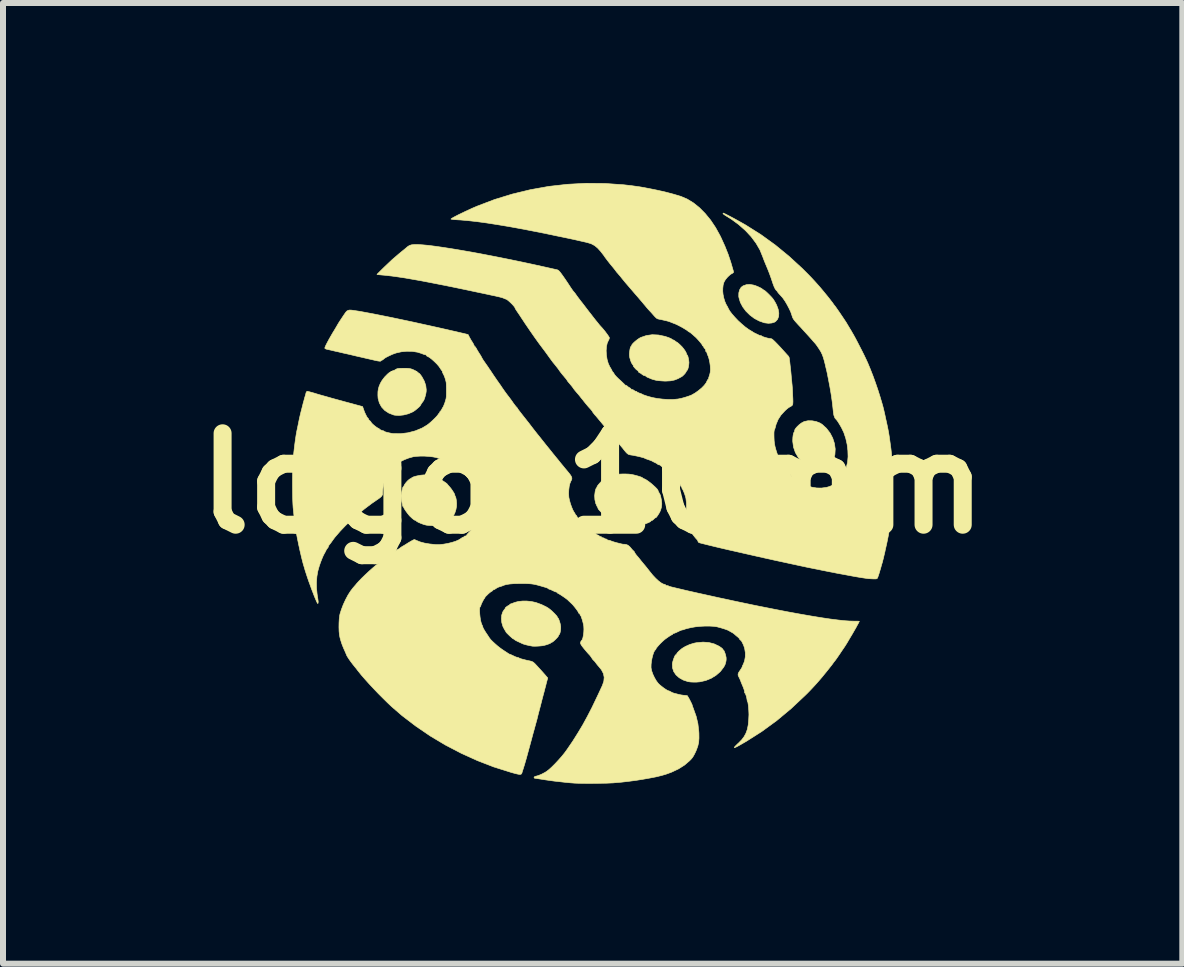
<source format=kicad_pcb>
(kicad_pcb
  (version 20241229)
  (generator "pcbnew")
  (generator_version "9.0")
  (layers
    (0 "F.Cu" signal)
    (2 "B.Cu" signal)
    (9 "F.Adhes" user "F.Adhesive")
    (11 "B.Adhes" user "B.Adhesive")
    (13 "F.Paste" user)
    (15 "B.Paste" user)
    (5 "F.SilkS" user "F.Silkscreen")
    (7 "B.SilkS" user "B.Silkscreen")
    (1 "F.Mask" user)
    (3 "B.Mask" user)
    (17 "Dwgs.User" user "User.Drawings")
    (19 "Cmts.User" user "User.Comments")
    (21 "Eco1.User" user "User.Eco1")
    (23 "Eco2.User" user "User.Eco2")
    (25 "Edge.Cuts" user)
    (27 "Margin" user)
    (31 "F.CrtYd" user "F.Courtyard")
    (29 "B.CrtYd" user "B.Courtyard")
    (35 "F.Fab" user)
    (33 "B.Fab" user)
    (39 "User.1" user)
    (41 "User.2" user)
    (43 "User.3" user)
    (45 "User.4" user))
  (footprint "logo_10mm"
    (layer "F.Cu")
    (at 6.829 5.007)
    (property "Reference" "logo_10mm" (at 0 0 0) (layer "F.SilkS") (effects (font (size 1.524 1.524) (thickness 0.3))))
    (attr through_hole)
    (fp_poly (pts (xy 2.679 -3.306) (xy 2.718 -3.294) (xy 2.759 -3.277) (xy 2.795 -3.26) (xy 2.821 -3.245) (xy 2.824 -3.242) (xy 2.844 -3.227) (xy 2.858 -3.219) (xy 2.859 -3.219) (xy 2.87 -3.212) (xy 2.891 -3.194) (xy 2.918 -3.169) (xy 2.947 -3.14) (xy 2.976 -3.11) (xy 3 -3.083) (xy 3.003 -3.079) (xy 3.021 -3.053) (xy 3.043 -3.016) (xy 3.064 -2.976) (xy 3.067 -2.97) (xy 3.092 -2.902) (xy 3.103 -2.839) (xy 3.1 -2.783) (xy 3.082 -2.735) (xy 3.051 -2.7) (xy 3.031 -2.687) (xy 2.986 -2.673) (xy 2.93 -2.668) (xy 2.871 -2.675) (xy 2.86 -2.677) (xy 2.775 -2.707) (xy 2.694 -2.75) (xy 2.62 -2.806) (xy 2.555 -2.87) (xy 2.502 -2.941) (xy 2.462 -3.016) (xy 2.439 -3.093) (xy 2.435 -3.116) (xy 2.436 -3.175) (xy 2.45 -3.227) (xy 2.475 -3.268) (xy 2.509 -3.293) (xy 2.563 -3.312) (xy 2.618 -3.316) (xy 2.679 -3.306)) (stroke (width 0.01) (type solid)) (fill yes) (layer "F.SilkS"))
    (fp_poly (pts (xy 3.658 -1.043) (xy 3.727 -1.03) (xy 3.79 -1.005) (xy 3.825 -0.983) (xy 3.898 -0.916) (xy 3.957 -0.839) (xy 4.001 -0.755) (xy 4.03 -0.665) (xy 4.043 -0.573) (xy 4.038 -0.482) (xy 4.021 -0.412) (xy 4.007 -0.379) (xy 3.992 -0.352) (xy 3.985 -0.343) (xy 3.973 -0.326) (xy 3.972 -0.317) (xy 3.969 -0.31) (xy 3.957 -0.304) (xy 3.941 -0.295) (xy 3.937 -0.289) (xy 3.928 -0.28) (xy 3.907 -0.266) (xy 3.889 -0.257) (xy 3.855 -0.246) (xy 3.812 -0.237) (xy 3.765 -0.232) (xy 3.723 -0.23) (xy 3.691 -0.234) (xy 3.687 -0.235) (xy 3.624 -0.26) (xy 3.573 -0.288) (xy 3.528 -0.321) (xy 3.498 -0.349) (xy 3.429 -0.428) (xy 3.379 -0.513) (xy 3.348 -0.603) (xy 3.335 -0.699) (xy 3.335 -0.723) (xy 3.337 -0.766) (xy 3.342 -0.805) (xy 3.349 -0.836) (xy 3.357 -0.854) (xy 3.361 -0.857) (xy 3.367 -0.864) (xy 3.366 -0.87) (xy 3.368 -0.89) (xy 3.384 -0.917) (xy 3.411 -0.948) (xy 3.444 -0.979) (xy 3.48 -1.006) (xy 3.517 -1.026) (xy 3.528 -1.031) (xy 3.59 -1.044) (xy 3.658 -1.043)) (stroke (width 0.01) (type solid)) (fill yes) (layer "F.SilkS"))
    (fp_poly (pts (xy 1.937 2.653) (xy 2.026 2.676) (xy 2.109 2.716) (xy 2.115 2.72) (xy 2.144 2.74) (xy 2.164 2.757) (xy 2.172 2.768) (xy 2.178 2.78) (xy 2.181 2.781) (xy 2.189 2.789) (xy 2.199 2.812) (xy 2.21 2.843) (xy 2.219 2.876) (xy 2.225 2.907) (xy 2.225 2.91) (xy 2.225 2.944) (xy 2.22 2.975) (xy 2.213 2.999) (xy 2.209 3.015) (xy 2.203 3.029) (xy 2.19 3.053) (xy 2.183 3.065) (xy 2.128 3.137) (xy 2.058 3.198) (xy 1.976 3.249) (xy 1.885 3.286) (xy 1.788 3.308) (xy 1.73 3.313) (xy 1.682 3.313) (xy 1.635 3.311) (xy 1.598 3.306) (xy 1.59 3.305) (xy 1.509 3.278) (xy 1.442 3.24) (xy 1.389 3.193) (xy 1.351 3.137) (xy 1.331 3.075) (xy 1.328 3.011) (xy 1.333 2.981) (xy 1.343 2.947) (xy 1.355 2.912) (xy 1.367 2.883) (xy 1.378 2.862) (xy 1.387 2.856) (xy 1.388 2.856) (xy 1.395 2.853) (xy 1.4 2.842) (xy 1.412 2.822) (xy 1.438 2.796) (xy 1.473 2.766) (xy 1.49 2.752) (xy 1.548 2.717) (xy 1.618 2.686) (xy 1.691 2.664) (xy 1.731 2.656) (xy 1.84 2.646) (xy 1.937 2.653)) (stroke (width 0.01) (type solid)) (fill yes) (layer "F.SilkS"))
    (fp_poly (pts (xy -3.098 -1.918) (xy -3.06 -1.915) (xy -3.031 -1.909) (xy -3.003 -1.9) (xy -2.99 -1.894) (xy -2.957 -1.878) (xy -2.929 -1.862) (xy -2.917 -1.852) (xy -2.901 -1.838) (xy -2.892 -1.834) (xy -2.883 -1.826) (xy -2.867 -1.806) (xy -2.846 -1.777) (xy -2.843 -1.771) (xy -2.806 -1.703) (xy -2.782 -1.631) (xy -2.774 -1.561) (xy -2.775 -1.531) (xy -2.78 -1.499) (xy -2.789 -1.461) (xy -2.8 -1.424) (xy -2.811 -1.394) (xy -2.82 -1.376) (xy -2.82 -1.375) (xy -2.831 -1.363) (xy -2.845 -1.342) (xy -2.86 -1.32) (xy -2.869 -1.305) (xy -2.87 -1.301) (xy -2.878 -1.29) (xy -2.896 -1.271) (xy -2.923 -1.248) (xy -2.951 -1.224) (xy -2.979 -1.204) (xy -2.998 -1.192) (xy -3.072 -1.16) (xy -3.151 -1.14) (xy -3.227 -1.132) (xy -3.297 -1.136) (xy -3.32 -1.141) (xy -3.399 -1.172) (xy -3.466 -1.216) (xy -3.519 -1.273) (xy -3.556 -1.341) (xy -3.577 -1.418) (xy -3.58 -1.47) (xy -3.579 -1.528) (xy -3.572 -1.575) (xy -3.559 -1.62) (xy -3.537 -1.671) (xy -3.537 -1.671) (xy -3.508 -1.72) (xy -3.467 -1.773) (xy -3.42 -1.821) (xy -3.393 -1.844) (xy -3.374 -1.856) (xy -3.369 -1.859) (xy -2.94 -1.859) (xy -2.935 -1.854) (xy -2.93 -1.859) (xy -2.935 -1.864) (xy -2.94 -1.859) (xy -3.369 -1.859) (xy -3.351 -1.868) (xy -3.329 -1.878) (xy -3.315 -1.883) (xy -3.313 -1.882) (xy -3.306 -1.885) (xy -3.288 -1.896) (xy -3.283 -1.899) (xy -3.267 -1.908) (xy -3.246 -1.914) (xy -3.218 -1.917) (xy -3.176 -1.918) (xy -3.149 -1.918) (xy -3.098 -1.918)) (stroke (width 0.01) (type solid)) (fill yes) (layer "F.SilkS"))
    (fp_poly (pts (xy -1.095 1.962) (xy -1.02 1.97) (xy -0.951 1.985) (xy -0.941 1.988) (xy -0.851 2.021) (xy -0.775 2.058) (xy -0.737 2.081) (xy -0.712 2.1) (xy -0.681 2.126) (xy -0.65 2.156) (xy -0.622 2.185) (xy -0.6 2.209) (xy -0.589 2.226) (xy -0.588 2.229) (xy -0.583 2.241) (xy -0.58 2.242) (xy -0.572 2.251) (xy -0.562 2.274) (xy -0.551 2.306) (xy -0.541 2.341) (xy -0.535 2.374) (xy -0.533 2.386) (xy -0.533 2.417) (xy -0.536 2.452) (xy -0.542 2.484) (xy -0.55 2.509) (xy -0.558 2.521) (xy -0.559 2.521) (xy -0.567 2.53) (xy -0.568 2.537) (xy -0.575 2.552) (xy -0.593 2.574) (xy -0.618 2.6) (xy -0.644 2.624) (xy -0.667 2.643) (xy -0.683 2.651) (xy -0.685 2.651) (xy -0.697 2.656) (xy -0.698 2.659) (xy -0.707 2.667) (xy -0.732 2.677) (xy -0.769 2.69) (xy -0.809 2.701) (xy -0.84 2.707) (xy -0.882 2.711) (xy -0.928 2.714) (xy -0.97 2.715) (xy -1 2.714) (xy -1.002 2.714) (xy -1.056 2.704) (xy -1.108 2.692) (xy -1.15 2.68) (xy -1.166 2.674) (xy -1.222 2.648) (xy -1.263 2.629) (xy -1.289 2.615) (xy -1.303 2.605) (xy -1.304 2.604) (xy -1.319 2.593) (xy -1.325 2.591) (xy -1.335 2.585) (xy -1.354 2.568) (xy -1.379 2.546) (xy -1.405 2.521) (xy -1.427 2.499) (xy -1.442 2.483) (xy -1.445 2.477) (xy -1.45 2.467) (xy -1.463 2.446) (xy -1.469 2.437) (xy -1.497 2.382) (xy -1.515 2.32) (xy -1.521 2.256) (xy -1.516 2.196) (xy -1.499 2.144) (xy -1.494 2.136) (xy -1.478 2.111) (xy -1.464 2.094) (xy -1.461 2.091) (xy -1.456 2.084) (xy -1.458 2.083) (xy -1.458 2.078) (xy -1.447 2.066) (xy -1.429 2.052) (xy -1.411 2.04) (xy -1.398 2.033) (xy -1.396 2.033) (xy -1.386 2.027) (xy -1.385 2.024) (xy -1.377 2.014) (xy -1.368 2.01) (xy -1.349 2.004) (xy -1.32 1.993) (xy -1.296 1.984) (xy -1.239 1.969) (xy -1.171 1.962) (xy -1.095 1.962)) (stroke (width 0.01) (type solid)) (fill yes) (layer "F.SilkS"))
    (fp_poly (pts (xy 1.097 -2.473) (xy 1.206 -2.45) (xy 1.268 -2.429) (xy 1.298 -2.416) (xy 1.319 -2.405) (xy 1.325 -2.399) (xy 1.333 -2.393) (xy 1.339 -2.392) (xy 1.356 -2.386) (xy 1.375 -2.372) (xy 1.394 -2.358) (xy 1.405 -2.352) (xy 1.415 -2.346) (xy 1.435 -2.329) (xy 1.459 -2.307) (xy 1.491 -2.275) (xy 1.52 -2.239) (xy 1.544 -2.204) (xy 1.56 -2.174) (xy 1.565 -2.157) (xy 1.569 -2.144) (xy 1.573 -2.143) (xy 1.58 -2.134) (xy 1.589 -2.111) (xy 1.596 -2.079) (xy 1.602 -2.045) (xy 1.605 -2.013) (xy 1.605 -2.012) (xy 1.602 -1.98) (xy 1.597 -1.945) (xy 1.589 -1.914) (xy 1.581 -1.892) (xy 1.574 -1.884) (xy 1.565 -1.875) (xy 1.56 -1.863) (xy 1.547 -1.841) (xy 1.524 -1.814) (xy 1.498 -1.789) (xy 1.484 -1.779) (xy 1.421 -1.745) (xy 1.362 -1.722) (xy 1.299 -1.709) (xy 1.225 -1.705) (xy 1.197 -1.705) (xy 1.147 -1.708) (xy 1.098 -1.712) (xy 1.057 -1.718) (xy 1.046 -1.721) (xy 1.012 -1.73) (xy 0.983 -1.739) (xy 0.972 -1.744) (xy 0.948 -1.754) (xy 0.92 -1.765) (xy 0.919 -1.766) (xy 0.898 -1.776) (xy 0.887 -1.785) (xy 0.887 -1.786) (xy 0.879 -1.793) (xy 0.869 -1.794) (xy 0.849 -1.8) (xy 0.825 -1.815) (xy 0.821 -1.819) (xy 0.8 -1.835) (xy 0.783 -1.843) (xy 0.781 -1.844) (xy 0.768 -1.852) (xy 0.762 -1.864) (xy 0.753 -1.88) (xy 0.746 -1.884) (xy 0.736 -1.89) (xy 0.719 -1.905) (xy 0.701 -1.925) (xy 0.685 -1.944) (xy 0.677 -1.956) (xy 0.678 -1.959) (xy 0.676 -1.967) (xy 0.666 -1.98) (xy 0.647 -2.009) (xy 0.631 -2.051) (xy 0.618 -2.097) (xy 0.613 -2.133) (xy 0.613 -2.165) (xy 0.617 -2.202) (xy 0.622 -2.237) (xy 0.629 -2.265) (xy 0.636 -2.281) (xy 0.639 -2.282) (xy 0.647 -2.29) (xy 0.648 -2.296) (xy 0.656 -2.314) (xy 0.677 -2.338) (xy 0.707 -2.366) (xy 0.742 -2.394) (xy 0.778 -2.419) (xy 0.802 -2.432) (xy 0.895 -2.464) (xy 0.993 -2.478) (xy 1.097 -2.473)) (stroke (width 0.01) (type solid)) (fill yes) (layer "F.SilkS"))
    (fp_poly (pts (xy -2.766 -0.139) (xy -2.718 -0.132) (xy -2.67 -0.123) (xy -2.627 -0.112) (xy -2.591 -0.099) (xy -2.568 -0.087) (xy -2.561 -0.077) (xy -2.553 -0.07) (xy -2.549 -0.07) (xy -2.535 -0.064) (xy -2.511 -0.051) (xy -2.482 -0.032) (xy -2.454 -0.013) (xy -2.432 0.003) (xy -2.423 0.013) (xy -2.414 0.025) (xy -2.398 0.043) (xy -2.376 0.068) (xy -2.352 0.099) (xy -2.33 0.132) (xy -2.311 0.162) (xy -2.301 0.183) (xy -2.299 0.189) (xy -2.294 0.211) (xy -2.29 0.216) (xy -2.281 0.238) (xy -2.273 0.278) (xy -2.268 0.329) (xy -2.269 0.38) (xy -2.279 0.436) (xy -2.296 0.49) (xy -2.317 0.533) (xy -2.326 0.545) (xy -2.369 0.593) (xy -2.41 0.629) (xy -2.454 0.657) (xy -2.483 0.673) (xy -2.504 0.682) (xy -2.511 0.682) (xy -2.511 0.682) (xy -2.518 0.682) (xy -2.527 0.689) (xy -2.547 0.696) (xy -2.582 0.701) (xy -2.627 0.704) (xy -2.676 0.704) (xy -2.725 0.702) (xy -2.769 0.697) (xy -2.803 0.689) (xy -2.805 0.689) (xy -2.86 0.669) (xy -2.902 0.651) (xy -2.929 0.637) (xy -2.94 0.627) (xy -2.94 0.627) (xy -2.948 0.619) (xy -2.953 0.618) (xy -2.974 0.61) (xy -3.005 0.586) (xy -3.043 0.551) (xy -3.062 0.53) (xy -3.085 0.501) (xy -3.109 0.469) (xy -3.13 0.438) (xy -3.145 0.413) (xy -3.152 0.398) (xy -3.152 0.396) (xy -3.156 0.389) (xy -3.158 0.389) (xy -3.166 0.381) (xy -3.167 0.376) (xy -3.17 0.357) (xy -3.174 0.339) (xy -3.182 0.301) (xy -3.189 0.262) (xy -3.193 0.227) (xy -3.194 0.204) (xy -3.194 0.2) (xy -3.182 0.142) (xy -3.174 0.101) (xy -3.167 0.075) (xy -3.162 0.062) (xy -3.159 0.06) (xy -3.15 0.052) (xy -3.144 0.037) (xy -3.132 0.015) (xy -3.111 -0.013) (xy -3.086 -0.041) (xy -3.06 -0.064) (xy -3.04 -0.078) (xy -3.032 -0.08) (xy -3.021 -0.085) (xy -3.02 -0.088) (xy -3.011 -0.097) (xy -2.986 -0.108) (xy -2.951 -0.119) (xy -2.909 -0.128) (xy -2.866 -0.136) (xy -2.825 -0.14) (xy -2.81 -0.141) (xy -2.766 -0.139)) (stroke (width 0.01) (type solid)) (fill yes) (layer "F.SilkS"))
    (fp_poly (pts (xy 0.604 -0.154) (xy 0.646 -0.149) (xy 0.688 -0.14) (xy 0.688 -0.14) (xy 0.752 -0.123) (xy 0.799 -0.108) (xy 0.827 -0.096) (xy 0.837 -0.087) (xy 0.837 -0.087) (xy 0.845 -0.08) (xy 0.846 -0.08) (xy 0.867 -0.073) (xy 0.897 -0.056) (xy 0.933 -0.031) (xy 0.973 -0.000169) (xy 1.011 0.033) (xy 1.046 0.065) (xy 1.073 0.093) (xy 1.088 0.115) (xy 1.091 0.123) (xy 1.096 0.139) (xy 1.109 0.161) (xy 1.109 0.161) (xy 1.124 0.188) (xy 1.132 0.211) (xy 1.147 0.283) (xy 1.152 0.343) (xy 1.147 0.395) (xy 1.133 0.444) (xy 1.119 0.477) (xy 1.103 0.505) (xy 1.085 0.533) (xy 1.068 0.557) (xy 1.054 0.572) (xy 1.047 0.575) (xy 1.046 0.573) (xy 1.041 0.575) (xy 1.026 0.589) (xy 1.023 0.592) (xy 1.004 0.61) (xy 0.99 0.618) (xy 0.988 0.618) (xy 0.974 0.625) (xy 0.97 0.63) (xy 0.955 0.642) (xy 0.926 0.656) (xy 0.888 0.671) (xy 0.846 0.685) (xy 0.806 0.696) (xy 0.803 0.696) (xy 0.765 0.701) (xy 0.716 0.704) (xy 0.661 0.705) (xy 0.607 0.704) (xy 0.561 0.701) (xy 0.528 0.696) (xy 0.493 0.686) (xy 0.454 0.675) (xy 0.414 0.663) (xy 0.381 0.651) (xy 0.357 0.643) (xy 0.349 0.639) (xy 0.338 0.631) (xy 0.315 0.619) (xy 0.304 0.613) (xy 0.282 0.602) (xy 0.263 0.591) (xy 0.246 0.578) (xy 0.225 0.56) (xy 0.196 0.534) (xy 0.162 0.501) (xy 0.131 0.47) (xy 0.107 0.444) (xy 0.093 0.426) (xy 0.09 0.419) (xy 0.085 0.403) (xy 0.074 0.385) (xy 0.051 0.334) (xy 0.037 0.272) (xy 0.033 0.205) (xy 0.041 0.139) (xy 0.041 0.138) (xy 0.049 0.107) (xy 0.056 0.086) (xy 0.061 0.08) (xy 0.068 0.071) (xy 0.073 0.056) (xy 0.083 0.038) (xy 0.103 0.013) (xy 0.129 -0.016) (xy 0.156 -0.044) (xy 0.181 -0.066) (xy 0.2 -0.078) (xy 0.205 -0.08) (xy 0.218 -0.085) (xy 0.219 -0.09) (xy 0.227 -0.099) (xy 0.23 -0.1) (xy 0.244 -0.104) (xy 0.27 -0.113) (xy 0.286 -0.12) (xy 0.313 -0.131) (xy 0.332 -0.136) (xy 0.336 -0.135) (xy 0.348 -0.136) (xy 0.356 -0.141) (xy 0.371 -0.146) (xy 0.403 -0.15) (xy 0.448 -0.154) (xy 0.492 -0.156) (xy 0.555 -0.156) (xy 0.604 -0.154)) (stroke (width 0.01) (type solid)) (fill yes) (layer "F.SilkS"))
    (fp_poly (pts (xy 0.204 -4.999) (xy 0.518 -4.977) (xy 0.648 -4.962) (xy 0.784 -4.943) (xy 0.927 -4.917) (xy 1.071 -4.888) (xy 1.213 -4.856) (xy 1.345 -4.821) (xy 1.463 -4.786) (xy 1.472 -4.783) (xy 1.577 -4.738) (xy 1.68 -4.675) (xy 1.78 -4.595) (xy 1.875 -4.499) (xy 1.966 -4.388) (xy 2.049 -4.264) (xy 2.124 -4.128) (xy 2.142 -4.091) (xy 2.205 -3.952) (xy 2.258 -3.819) (xy 2.303 -3.684) (xy 2.345 -3.539) (xy 2.347 -3.532) (xy 2.347 -3.515) (xy 2.332 -3.503) (xy 2.323 -3.498) (xy 2.3 -3.485) (xy 2.272 -3.461) (xy 2.248 -3.438) (xy 2.213 -3.396) (xy 2.189 -3.354) (xy 2.175 -3.308) (xy 2.169 -3.252) (xy 2.168 -3.204) (xy 2.173 -3.151) (xy 2.185 -3.092) (xy 2.202 -3.035) (xy 2.222 -2.988) (xy 2.232 -2.97) (xy 2.249 -2.941) (xy 2.26 -2.917) (xy 2.284 -2.874) (xy 2.322 -2.824) (xy 2.37 -2.769) (xy 2.424 -2.712) (xy 2.483 -2.658) (xy 2.542 -2.608) (xy 2.598 -2.567) (xy 2.641 -2.541) (xy 2.661 -2.53) (xy 2.671 -2.522) (xy 2.682 -2.515) (xy 2.705 -2.503) (xy 2.716 -2.498) (xy 2.745 -2.484) (xy 2.768 -2.473) (xy 2.773 -2.47) (xy 2.795 -2.463) (xy 2.805 -2.462) (xy 2.819 -2.457) (xy 2.82 -2.454) (xy 2.829 -2.448) (xy 2.852 -2.44) (xy 2.883 -2.43) (xy 2.917 -2.421) (xy 2.948 -2.415) (xy 2.971 -2.412) (xy 2.973 -2.412) (xy 2.987 -2.407) (xy 3.008 -2.391) (xy 3.038 -2.363) (xy 3.078 -2.322) (xy 3.129 -2.268) (xy 3.174 -2.218) (xy 3.205 -2.184) (xy 3.232 -2.154) (xy 3.251 -2.133) (xy 3.259 -2.125) (xy 3.272 -2.105) (xy 3.276 -2.094) (xy 3.28 -2.063) (xy 3.286 -2.018) (xy 3.292 -1.963) (xy 3.299 -1.903) (xy 3.305 -1.844) (xy 3.309 -1.799) (xy 3.313 -1.75) (xy 3.318 -1.705) (xy 3.321 -1.67) (xy 3.323 -1.654) (xy 3.325 -1.632) (xy 3.328 -1.595) (xy 3.331 -1.546) (xy 3.333 -1.491) (xy 3.334 -1.467) (xy 3.337 -1.408) (xy 3.338 -1.366) (xy 3.337 -1.338) (xy 3.335 -1.319) (xy 3.331 -1.307) (xy 3.324 -1.299) (xy 3.322 -1.296) (xy 3.299 -1.28) (xy 3.282 -1.272) (xy 3.266 -1.262) (xy 3.24 -1.242) (xy 3.21 -1.215) (xy 3.203 -1.208) (xy 3.138 -1.137) (xy 3.091 -1.064) (xy 3.058 -0.985) (xy 3.049 -0.952) (xy 3.041 -0.921) (xy 3.033 -0.899) (xy 3.029 -0.892) (xy 3.025 -0.876) (xy 3.022 -0.845) (xy 3.022 -0.804) (xy 3.023 -0.757) (xy 3.025 -0.71) (xy 3.03 -0.668) (xy 3.031 -0.658) (xy 3.04 -0.613) (xy 3.054 -0.561) (xy 3.071 -0.508) (xy 3.088 -0.458) (xy 3.105 -0.416) (xy 3.12 -0.388) (xy 3.121 -0.387) (xy 3.133 -0.367) (xy 3.139 -0.356) (xy 3.139 -0.355) (xy 3.145 -0.344) (xy 3.159 -0.322) (xy 3.177 -0.294) (xy 3.198 -0.265) (xy 3.216 -0.24) (xy 3.224 -0.231) (xy 3.243 -0.209) (xy 3.268 -0.182) (xy 3.276 -0.173) (xy 3.295 -0.15) (xy 3.307 -0.134) (xy 3.309 -0.13) (xy 3.317 -0.121) (xy 3.337 -0.11) (xy 3.339 -0.11) (xy 3.359 -0.099) (xy 3.368 -0.09) (xy 3.369 -0.089) (xy 3.376 -0.08) (xy 3.395 -0.064) (xy 3.42 -0.047) (xy 3.444 -0.031) (xy 3.463 -0.021) (xy 3.468 -0.02) (xy 3.48 -0.013) (xy 3.48 -0.012) (xy 3.491 -0.002) (xy 3.517 0.012) (xy 3.552 0.028) (xy 3.592 0.043) (xy 3.631 0.057) (xy 3.656 0.064) (xy 3.735 0.077) (xy 3.817 0.078) (xy 3.896 0.067) (xy 3.927 0.059) (xy 3.963 0.046) (xy 3.992 0.033) (xy 4.007 0.024) (xy 4.025 0.012) (xy 4.035 0.01) (xy 4.046 0.003) (xy 4.046 0) (xy 4.054 -0.009) (xy 4.059 -0.01) (xy 4.075 -0.018) (xy 4.098 -0.04) (xy 4.126 -0.072) (xy 4.146 -0.1) (xy 4.163 -0.123) (xy 4.177 -0.139) (xy 4.18 -0.142) (xy 4.185 -0.149) (xy 4.182 -0.149) (xy 4.18 -0.156) (xy 4.188 -0.172) (xy 4.198 -0.192) (xy 4.212 -0.225) (xy 4.227 -0.263) (xy 4.229 -0.271) (xy 4.249 -0.352) (xy 4.257 -0.445) (xy 4.254 -0.545) (xy 4.242 -0.648) (xy 4.219 -0.75) (xy 4.187 -0.846) (xy 4.147 -0.929) (xy 4.127 -0.964) (xy 4.106 -0.999) (xy 4.087 -1.029) (xy 4.072 -1.05) (xy 4.067 -1.056) (xy 4.038 -1.089) (xy 4.02 -1.137) (xy 4.012 -1.189) (xy 4.003 -1.274) (xy 3.992 -1.367) (xy 3.979 -1.46) (xy 3.965 -1.546) (xy 3.952 -1.62) (xy 3.951 -1.624) (xy 3.942 -1.671) (xy 3.933 -1.718) (xy 3.926 -1.754) (xy 3.92 -1.784) (xy 3.915 -1.813) (xy 3.908 -1.845) (xy 3.899 -1.885) (xy 3.886 -1.937) (xy 3.877 -1.978) (xy 3.859 -2.049) (xy 3.842 -2.106) (xy 3.824 -2.153) (xy 3.803 -2.196) (xy 3.776 -2.239) (xy 3.764 -2.257) (xy 3.741 -2.291) (xy 3.718 -2.322) (xy 3.701 -2.342) (xy 3.677 -2.368) (xy 3.657 -2.392) (xy 3.633 -2.419) (xy 3.599 -2.457) (xy 3.558 -2.502) (xy 3.513 -2.551) (xy 3.468 -2.601) (xy 3.428 -2.643) (xy 3.391 -2.684) (xy 3.364 -2.715) (xy 3.346 -2.74) (xy 3.333 -2.764) (xy 3.324 -2.791) (xy 3.318 -2.81) (xy 3.301 -2.859) (xy 3.274 -2.916) (xy 3.242 -2.977) (xy 3.208 -3.035) (xy 3.174 -3.084) (xy 3.162 -3.1) (xy 3.146 -3.117) (xy 3.124 -3.142) (xy 3.113 -3.153) (xy 3.094 -3.175) (xy 3.082 -3.191) (xy 3.08 -3.195) (xy 3.073 -3.205) (xy 3.057 -3.221) (xy 3.056 -3.222) (xy 3.041 -3.244) (xy 3.022 -3.284) (xy 3.001 -3.341) (xy 2.992 -3.369) (xy 2.971 -3.431) (xy 2.946 -3.5) (xy 2.92 -3.566) (xy 2.902 -3.609) (xy 2.881 -3.659) (xy 2.861 -3.708) (xy 2.845 -3.75) (xy 2.835 -3.777) (xy 2.789 -3.89) (xy 2.724 -4.002) (xy 2.643 -4.111) (xy 2.546 -4.215) (xy 2.434 -4.314) (xy 2.31 -4.405) (xy 2.205 -4.47) (xy 2.183 -4.486) (xy 2.172 -4.498) (xy 2.176 -4.504) (xy 2.179 -4.505) (xy 2.191 -4.5) (xy 2.218 -4.487) (xy 2.255 -4.468) (xy 2.301 -4.444) (xy 2.352 -4.417) (xy 2.405 -4.388) (xy 2.457 -4.359) (xy 2.505 -4.332) (xy 2.547 -4.308) (xy 2.554 -4.304) (xy 2.806 -4.145) (xy 3.045 -3.972) (xy 3.273 -3.785) (xy 3.495 -3.581) (xy 3.538 -3.538) (xy 3.586 -3.49) (xy 3.626 -3.449) (xy 3.663 -3.41) (xy 3.7 -3.37) (xy 3.743 -3.322) (xy 3.782 -3.278) (xy 3.806 -3.25) (xy 3.837 -3.213) (xy 3.873 -3.169) (xy 3.91 -3.124) (xy 3.945 -3.08) (xy 3.975 -3.041) (xy 3.998 -3.012) (xy 4.006 -3) (xy 4.022 -2.977) (xy 4.034 -2.962) (xy 4.036 -2.96) (xy 4.044 -2.95) (xy 4.061 -2.926) (xy 4.084 -2.893) (xy 4.112 -2.853) (xy 4.141 -2.81) (xy 4.17 -2.767) (xy 4.196 -2.728) (xy 4.218 -2.695) (xy 4.232 -2.673) (xy 4.235 -2.668) (xy 4.247 -2.647) (xy 4.267 -2.614) (xy 4.292 -2.572) (xy 4.319 -2.528) (xy 4.319 -2.526) (xy 4.345 -2.482) (xy 4.377 -2.424) (xy 4.413 -2.356) (xy 4.451 -2.282) (xy 4.489 -2.208) (xy 4.525 -2.136) (xy 4.556 -2.071) (xy 4.581 -2.017) (xy 4.583 -2.013) (xy 4.625 -1.912) (xy 4.67 -1.798) (xy 4.714 -1.677) (xy 4.755 -1.557) (xy 4.791 -1.443) (xy 4.802 -1.405) (xy 4.814 -1.365) (xy 4.825 -1.328) (xy 4.832 -1.302) (xy 4.833 -1.301) (xy 4.843 -1.262) (xy 4.856 -1.209) (xy 4.87 -1.147) (xy 4.873 -1.134) (xy 4.881 -1.095) (xy 4.89 -1.054) (xy 4.892 -1.046) (xy 4.909 -0.968) (xy 4.923 -0.9) (xy 4.935 -0.835) (xy 4.946 -0.765) (xy 4.957 -0.686) (xy 4.962 -0.648) (xy 4.972 -0.575) (xy 4.979 -0.512) (xy 4.985 -0.454) (xy 4.99 -0.399) (xy 4.993 -0.342) (xy 4.995 -0.28) (xy 4.996 -0.21) (xy 4.997 -0.128) (xy 4.997 -0.03) (xy 4.997 0) (xy 4.997 0.102) (xy 4.997 0.189) (xy 4.995 0.262) (xy 4.994 0.325) (xy 4.991 0.383) (xy 4.986 0.439) (xy 4.981 0.496) (xy 4.974 0.557) (xy 4.965 0.627) (xy 4.962 0.648) (xy 4.951 0.734) (xy 4.94 0.806) (xy 4.928 0.873) (xy 4.915 0.939) (xy 4.9 1.012) (xy 4.892 1.046) (xy 4.883 1.086) (xy 4.874 1.126) (xy 4.873 1.134) (xy 4.858 1.197) (xy 4.845 1.253) (xy 4.834 1.294) (xy 4.833 1.301) (xy 4.826 1.325) (xy 4.815 1.361) (xy 4.804 1.401) (xy 4.803 1.405) (xy 4.787 1.459) (xy 4.775 1.5) (xy 4.764 1.533) (xy 4.753 1.565) (xy 4.745 1.582) (xy 4.735 1.59) (xy 4.716 1.593) (xy 4.685 1.593) (xy 4.646 1.591) (xy 4.61 1.589) (xy 4.594 1.588) (xy 4.544 1.581) (xy 4.477 1.571) (xy 4.394 1.557) (xy 4.299 1.54) (xy 4.193 1.52) (xy 4.078 1.499) (xy 3.956 1.475) (xy 3.83 1.45) (xy 3.702 1.424) (xy 3.573 1.398) (xy 3.447 1.371) (xy 3.438 1.369) (xy 3.308 1.341) (xy 3.175 1.312) (xy 3.04 1.283) (xy 2.905 1.253) (xy 2.771 1.223) (xy 2.639 1.193) (xy 2.511 1.164) (xy 2.389 1.136) (xy 2.273 1.11) (xy 2.166 1.085) (xy 2.068 1.062) (xy 1.982 1.041) (xy 1.908 1.023) (xy 1.848 1.008) (xy 1.804 0.997) (xy 1.776 0.989) (xy 1.767 0.985) (xy 1.756 0.969) (xy 1.754 0.962) (xy 1.747 0.946) (xy 1.738 0.936) (xy 1.723 0.92) (xy 1.702 0.895) (xy 1.684 0.872) (xy 1.662 0.843) (xy 1.632 0.804) (xy 1.599 0.761) (xy 1.575 0.73) (xy 1.544 0.688) (xy 1.524 0.658) (xy 1.513 0.636) (xy 1.51 0.621) (xy 1.511 0.613) (xy 1.518 0.592) (xy 1.525 0.583) (xy 1.532 0.571) (xy 1.542 0.546) (xy 1.549 0.525) (xy 1.56 0.468) (xy 1.564 0.399) (xy 1.563 0.326) (xy 1.555 0.254) (xy 1.552 0.239) (xy 1.545 0.215) (xy 1.535 0.183) (xy 1.522 0.149) (xy 1.509 0.119) (xy 1.499 0.097) (xy 1.492 0.09) (xy 1.488 0.084) (xy 1.489 0.081) (xy 1.487 0.068) (xy 1.48 0.06) (xy 1.467 0.044) (xy 1.465 0.035) (xy 1.458 0.02) (xy 1.445 0.005) (xy 1.432 -0.01) (xy 1.429 -0.017) (xy 1.428 -0.026) (xy 1.415 -0.044) (xy 1.39 -0.073) (xy 1.35 -0.113) (xy 1.329 -0.134) (xy 1.291 -0.171) (xy 1.263 -0.198) (xy 1.239 -0.218) (xy 1.217 -0.236) (xy 1.191 -0.254) (xy 1.176 -0.264) (xy 1.15 -0.282) (xy 1.133 -0.296) (xy 1.128 -0.301) (xy 1.116 -0.308) (xy 1.105 -0.309) (xy 1.09 -0.312) (xy 1.086 -0.317) (xy 1.078 -0.325) (xy 1.057 -0.337) (xy 1.044 -0.344) (xy 1.018 -0.356) (xy 1 -0.366) (xy 0.997 -0.368) (xy 0.985 -0.374) (xy 0.96 -0.384) (xy 0.932 -0.394) (xy 0.9 -0.405) (xy 0.876 -0.414) (xy 0.867 -0.419) (xy 0.855 -0.425) (xy 0.829 -0.432) (xy 0.792 -0.442) (xy 0.749 -0.452) (xy 0.706 -0.461) (xy 0.666 -0.469) (xy 0.636 -0.473) (xy 0.612 -0.478) (xy 0.593 -0.485) (xy 0.573 -0.5) (xy 0.551 -0.523) (xy 0.522 -0.558) (xy 0.503 -0.583) (xy 0.483 -0.607) (xy 0.455 -0.641) (xy 0.423 -0.679) (xy 0.406 -0.698) (xy 0.378 -0.731) (xy 0.356 -0.758) (xy 0.342 -0.776) (xy 0.339 -0.781) (xy 0.333 -0.791) (xy 0.317 -0.81) (xy 0.309 -0.819) (xy 0.288 -0.843) (xy 0.256 -0.88) (xy 0.215 -0.929) (xy 0.168 -0.986) (xy 0.114 -1.051) (xy 0.102 -1.065) (xy 0.079 -1.093) (xy 0.051 -1.126) (xy 0.037 -1.141) (xy 0.017 -1.166) (xy 0.003 -1.184) (xy 0 -1.191) (xy -0.006 -1.202) (xy -0.023 -1.223) (xy -0.042 -1.245) (xy -0.073 -1.279) (xy -0.104 -1.316) (xy -0.12 -1.335) (xy -0.145 -1.366) (xy -0.169 -1.397) (xy -0.179 -1.409) (xy -0.2 -1.435) (xy -0.217 -1.457) (xy -0.219 -1.459) (xy -0.234 -1.478) (xy -0.257 -1.504) (xy -0.27 -1.519) (xy -0.296 -1.55) (xy -0.321 -1.582) (xy -0.329 -1.595) (xy -0.351 -1.624) (xy -0.378 -1.656) (xy -0.388 -1.668) (xy -0.408 -1.691) (xy -0.421 -1.708) (xy -0.424 -1.713) (xy -0.43 -1.724) (xy -0.446 -1.745) (xy -0.469 -1.772) (xy -0.475 -1.78) (xy -0.505 -1.815) (xy -0.535 -1.853) (xy -0.557 -1.883) (xy -0.557 -1.884) (xy -0.58 -1.916) (xy -0.609 -1.953) (xy -0.633 -1.983) (xy -0.663 -2.019) (xy -0.693 -2.06) (xy -0.713 -2.087) (xy -0.733 -2.115) (xy -0.761 -2.154) (xy -0.793 -2.198) (xy -0.824 -2.239) (xy -0.89 -2.327) (xy -0.964 -2.43) (xy -1.044 -2.545) (xy -1.13 -2.671) (xy -1.158 -2.714) (xy -1.19 -2.762) (xy -1.22 -2.808) (xy -1.246 -2.846) (xy -1.265 -2.874) (xy -1.27 -2.882) (xy -1.286 -2.906) (xy -1.295 -2.925) (xy -1.296 -2.929) (xy -1.303 -2.941) (xy -1.321 -2.963) (xy -1.346 -2.99) (xy -1.375 -3.018) (xy -1.403 -3.043) (xy -1.426 -3.061) (xy -1.44 -3.069) (xy -1.441 -3.07) (xy -1.453 -3.073) (xy -1.476 -3.082) (xy -1.478 -3.084) (xy -1.489 -3.088) (xy -1.499 -3.092) (xy -1.512 -3.096) (xy -1.529 -3.101) (xy -1.553 -3.107) (xy -1.584 -3.114) (xy -1.626 -3.124) (xy -1.68 -3.135) (xy -1.748 -3.15) (xy -1.832 -3.168) (xy -1.909 -3.184) (xy -2.135 -3.232) (xy -2.342 -3.275) (xy -2.532 -3.313) (xy -2.705 -3.347) (xy -2.861 -3.377) (xy -3.003 -3.402) (xy -3.129 -3.424) (xy -3.243 -3.441) (xy -3.343 -3.455) (xy -3.431 -3.465) (xy -3.468 -3.469) (xy -3.516 -3.473) (xy -3.555 -3.477) (xy -3.583 -3.48) (xy -3.595 -3.482) (xy -3.595 -3.482) (xy -3.589 -3.49) (xy -3.571 -3.508) (xy -3.544 -3.535) (xy -3.51 -3.569) (xy -3.472 -3.606) (xy -3.431 -3.645) (xy -3.392 -3.682) (xy -3.356 -3.716) (xy -3.349 -3.723) (xy -3.318 -3.75) (xy -3.277 -3.785) (xy -3.233 -3.823) (xy -3.199 -3.851) (xy -3.16 -3.883) (xy -3.124 -3.912) (xy -3.096 -3.936) (xy -3.08 -3.949) (xy -3.054 -3.965) (xy -3.02 -3.976) (xy -2.974 -3.981) (xy -2.914 -3.981) (xy -2.837 -3.976) (xy -2.836 -3.976) (xy -2.738 -3.967) (xy -2.622 -3.952) (xy -2.49 -3.933) (xy -2.343 -3.91) (xy -2.182 -3.883) (xy -2.009 -3.853) (xy -1.827 -3.819) (xy -1.635 -3.782) (xy -1.435 -3.742) (xy -1.23 -3.7) (xy -1.019 -3.655) (xy -0.806 -3.608) (xy -0.592 -3.56) (xy -0.581 -3.556) (xy -0.57 -3.549) (xy -0.556 -3.536) (xy -0.54 -3.517) (xy -0.518 -3.488) (xy -0.491 -3.45) (xy -0.456 -3.4) (xy -0.413 -3.336) (xy -0.366 -3.264) (xy -0.345 -3.233) (xy -0.327 -3.208) (xy -0.315 -3.194) (xy -0.315 -3.194) (xy -0.302 -3.179) (xy -0.285 -3.157) (xy -0.284 -3.155) (xy -0.259 -3.119) (xy -0.231 -3.082) (xy -0.197 -3.037) (xy -0.179 -3.015) (xy -0.149 -2.976) (xy -0.117 -2.934) (xy -0.095 -2.905) (xy -0.061 -2.861) (xy -0.024 -2.814) (xy 0.013 -2.766) (xy 0.049 -2.72) (xy 0.082 -2.68) (xy 0.108 -2.647) (xy 0.127 -2.625) (xy 0.135 -2.616) (xy 0.153 -2.597) (xy 0.178 -2.568) (xy 0.205 -2.535) (xy 0.232 -2.499) (xy 0.255 -2.467) (xy 0.272 -2.441) (xy 0.279 -2.426) (xy 0.279 -2.425) (xy 0.273 -2.402) (xy 0.265 -2.387) (xy 0.243 -2.34) (xy 0.23 -2.28) (xy 0.225 -2.212) (xy 0.229 -2.14) (xy 0.24 -2.068) (xy 0.259 -2.001) (xy 0.285 -1.944) (xy 0.294 -1.93) (xy 0.31 -1.903) (xy 0.322 -1.879) (xy 0.324 -1.875) (xy 0.332 -1.858) (xy 0.338 -1.854) (xy 0.347 -1.845) (xy 0.358 -1.826) (xy 0.358 -1.825) (xy 0.371 -1.806) (xy 0.395 -1.779) (xy 0.426 -1.748) (xy 0.447 -1.729) (xy 0.48 -1.699) (xy 0.507 -1.673) (xy 0.526 -1.655) (xy 0.531 -1.648) (xy 0.546 -1.636) (xy 0.553 -1.634) (xy 0.571 -1.627) (xy 0.575 -1.622) (xy 0.59 -1.609) (xy 0.61 -1.597) (xy 0.63 -1.585) (xy 0.638 -1.575) (xy 0.646 -1.566) (xy 0.657 -1.565) (xy 0.679 -1.557) (xy 0.688 -1.55) (xy 0.707 -1.537) (xy 0.719 -1.535) (xy 0.734 -1.531) (xy 0.737 -1.526) (xy 0.746 -1.519) (xy 0.768 -1.509) (xy 0.78 -1.504) (xy 0.807 -1.495) (xy 0.824 -1.487) (xy 0.827 -1.485) (xy 0.84 -1.478) (xy 0.868 -1.468) (xy 0.906 -1.455) (xy 0.948 -1.443) (xy 0.99 -1.432) (xy 0.992 -1.431) (xy 1.076 -1.415) (xy 1.167 -1.404) (xy 1.26 -1.398) (xy 1.347 -1.399) (xy 1.423 -1.406) (xy 1.443 -1.41) (xy 1.481 -1.418) (xy 1.526 -1.43) (xy 1.571 -1.444) (xy 1.612 -1.458) (xy 1.642 -1.469) (xy 1.648 -1.472) (xy 1.708 -1.506) (xy 1.765 -1.547) (xy 1.817 -1.59) (xy 1.86 -1.634) (xy 1.891 -1.675) (xy 1.904 -1.702) (xy 1.914 -1.723) (xy 1.923 -1.734) (xy 1.924 -1.734) (xy 1.932 -1.74) (xy 1.932 -1.742) (xy 1.933 -1.757) (xy 1.935 -1.764) (xy 1.951 -1.813) (xy 1.96 -1.852) (xy 1.963 -1.89) (xy 1.963 -1.909) (xy 1.96 -1.962) (xy 1.952 -2.019) (xy 1.94 -2.074) (xy 1.926 -2.119) (xy 1.919 -2.134) (xy 1.909 -2.159) (xy 1.904 -2.178) (xy 1.904 -2.179) (xy 1.898 -2.191) (xy 1.894 -2.193) (xy 1.885 -2.198) (xy 1.886 -2.2) (xy 1.884 -2.217) (xy 1.877 -2.237) (xy 1.867 -2.251) (xy 1.863 -2.252) (xy 1.855 -2.26) (xy 1.854 -2.267) (xy 1.846 -2.283) (xy 1.836 -2.291) (xy 1.826 -2.3) (xy 1.827 -2.302) (xy 1.826 -2.309) (xy 1.814 -2.326) (xy 1.794 -2.351) (xy 1.769 -2.38) (xy 1.743 -2.409) (xy 1.718 -2.435) (xy 1.705 -2.446) (xy 1.667 -2.48) (xy 1.641 -2.502) (xy 1.625 -2.515) (xy 1.616 -2.521) (xy 1.613 -2.521) (xy 1.601 -2.528) (xy 1.593 -2.534) (xy 1.572 -2.551) (xy 1.538 -2.572) (xy 1.497 -2.597) (xy 1.452 -2.621) (xy 1.409 -2.643) (xy 1.374 -2.659) (xy 1.37 -2.66) (xy 1.336 -2.673) (xy 1.306 -2.685) (xy 1.291 -2.691) (xy 1.266 -2.7) (xy 1.229 -2.71) (xy 1.185 -2.72) (xy 1.141 -2.73) (xy 1.109 -2.736) (xy 1.084 -2.742) (xy 1.063 -2.754) (xy 1.039 -2.777) (xy 1.02 -2.798) (xy 0.992 -2.83) (xy 0.965 -2.86) (xy 0.946 -2.88) (xy 0.922 -2.906) (xy 0.898 -2.934) (xy 0.896 -2.936) (xy 0.882 -2.954) (xy 0.857 -2.983) (xy 0.825 -3.022) (xy 0.787 -3.066) (xy 0.749 -3.111) (xy 0.706 -3.16) (xy 0.664 -3.209) (xy 0.626 -3.253) (xy 0.596 -3.288) (xy 0.578 -3.309) (xy 0.546 -3.346) (xy 0.51 -3.39) (xy 0.483 -3.423) (xy 0.458 -3.455) (xy 0.435 -3.481) (xy 0.421 -3.498) (xy 0.42 -3.499) (xy 0.402 -3.519) (xy 0.384 -3.543) (xy 0.362 -3.572) (xy 0.342 -3.597) (xy 0.292 -3.657) (xy 0.248 -3.713) (xy 0.203 -3.773) (xy 0.188 -3.796) (xy 0.133 -3.867) (xy 0.083 -3.922) (xy 0.035 -3.962) (xy -0.012 -3.988) (xy -0.028 -3.995) (xy -0.05 -4.002) (xy -0.08 -4.011) (xy -0.119 -4.021) (xy -0.168 -4.032) (xy -0.229 -4.046) (xy -0.303 -4.063) (xy -0.392 -4.082) (xy -0.497 -4.104) (xy -0.619 -4.129) (xy -0.698 -4.146) (xy -0.945 -4.196) (xy -1.177 -4.241) (xy -1.391 -4.28) (xy -1.589 -4.313) (xy -1.768 -4.341) (xy -1.93 -4.363) (xy -2.074 -4.379) (xy -2.199 -4.39) (xy -2.235 -4.392) (xy -2.283 -4.395) (xy -2.322 -4.398) (xy -2.35 -4.402) (xy -2.362 -4.406) (xy -2.362 -4.406) (xy -2.353 -4.414) (xy -2.329 -4.429) (xy -2.292 -4.449) (xy -2.244 -4.474) (xy -2.188 -4.501) (xy -2.128 -4.53) (xy -2.065 -4.559) (xy -2.002 -4.588) (xy -1.941 -4.614) (xy -1.925 -4.621) (xy -1.636 -4.731) (xy -1.34 -4.822) (xy -1.038 -4.895) (xy -0.732 -4.95) (xy -0.422 -4.985) (xy -0.109 -5.002) (xy 0.204 -4.999)) (stroke (width 0.01) (type solid)) (fill yes) (layer "F.SilkS"))
    (fp_poly (pts (xy -4.015 -2.887) (xy -3.968 -2.88) (xy -3.907 -2.871) (xy -3.838 -2.859) (xy -3.752 -2.843) (xy -3.65 -2.824) (xy -3.535 -2.801) (xy -3.41 -2.776) (xy -3.275 -2.748) (xy -3.133 -2.718) (xy -2.987 -2.687) (xy -2.838 -2.654) (xy -2.688 -2.621) (xy -2.54 -2.588) (xy -2.395 -2.555) (xy -2.255 -2.523) (xy -2.187 -2.507) (xy -2.077 -2.481) (xy -2.053 -2.434) (xy -2.034 -2.4) (xy -2.015 -2.368) (xy -2.007 -2.357) (xy -1.991 -2.33) (xy -1.979 -2.306) (xy -1.979 -2.305) (xy -1.971 -2.287) (xy -1.964 -2.282) (xy -1.955 -2.274) (xy -1.942 -2.254) (xy -1.937 -2.245) (xy -1.92 -2.214) (xy -1.898 -2.179) (xy -1.888 -2.163) (xy -1.869 -2.134) (xy -1.855 -2.109) (xy -1.85 -2.099) (xy -1.841 -2.082) (xy -1.824 -2.054) (xy -1.803 -2.024) (xy -1.778 -1.988) (xy -1.747 -1.944) (xy -1.718 -1.9) (xy -1.713 -1.894) (xy -1.652 -1.802) (xy -1.594 -1.717) (xy -1.558 -1.666) (xy -1.535 -1.634) (xy -1.516 -1.605) (xy -1.505 -1.589) (xy -1.471 -1.54) (xy -1.43 -1.484) (xy -1.39 -1.432) (xy -1.364 -1.397) (xy -1.338 -1.361) (xy -1.324 -1.34) (xy -1.301 -1.309) (xy -1.278 -1.28) (xy -1.271 -1.273) (xy -1.256 -1.256) (xy -1.249 -1.246) (xy -1.25 -1.246) (xy -1.246 -1.238) (xy -1.232 -1.219) (xy -1.209 -1.189) (xy -1.18 -1.152) (xy -1.173 -1.143) (xy -1.14 -1.101) (xy -1.109 -1.062) (xy -1.084 -1.03) (xy -1.067 -1.009) (xy -1.066 -1.008) (xy -1.013 -0.938) (xy -0.968 -0.88) (xy -0.942 -0.847) (xy -0.919 -0.818) (xy -0.889 -0.781) (xy -0.857 -0.741) (xy -0.847 -0.728) (xy -0.823 -0.698) (xy -0.799 -0.668) (xy -0.773 -0.635) (xy -0.742 -0.597) (xy -0.705 -0.551) (xy -0.66 -0.495) (xy -0.604 -0.426) (xy -0.602 -0.424) (xy -0.57 -0.385) (xy -0.545 -0.353) (xy -0.521 -0.324) (xy -0.496 -0.294) (xy -0.467 -0.258) (xy -0.429 -0.213) (xy -0.415 -0.196) (xy -0.38 -0.153) (xy -0.358 -0.12) (xy -0.348 -0.095) (xy -0.347 -0.072) (xy -0.356 -0.05) (xy -0.364 -0.035) (xy -0.379 0.001) (xy -0.391 0.05) (xy -0.398 0.107) (xy -0.401 0.166) (xy -0.398 0.221) (xy -0.396 0.239) (xy -0.385 0.288) (xy -0.37 0.341) (xy -0.351 0.394) (xy -0.332 0.44) (xy -0.314 0.474) (xy -0.308 0.482) (xy -0.295 0.503) (xy -0.289 0.517) (xy -0.283 0.528) (xy -0.28 0.528) (xy -0.27 0.537) (xy -0.262 0.553) (xy -0.251 0.571) (xy -0.229 0.599) (xy -0.198 0.633) (xy -0.162 0.671) (xy -0.124 0.709) (xy -0.087 0.743) (xy -0.055 0.771) (xy -0.037 0.784) (xy -0.012 0.801) (xy 0.006 0.814) (xy 0.01 0.818) (xy 0.023 0.826) (xy 0.037 0.831) (xy 0.055 0.84) (xy 0.06 0.847) (xy 0.068 0.855) (xy 0.085 0.861) (xy 0.103 0.869) (xy 0.11 0.877) (xy 0.118 0.885) (xy 0.13 0.887) (xy 0.146 0.891) (xy 0.149 0.897) (xy 0.158 0.905) (xy 0.169 0.907) (xy 0.188 0.911) (xy 0.194 0.917) (xy 0.208 0.925) (xy 0.22 0.927) (xy 0.236 0.931) (xy 0.239 0.937) (xy 0.248 0.945) (xy 0.26 0.947) (xy 0.284 0.951) (xy 0.307 0.96) (xy 0.327 0.968) (xy 0.359 0.978) (xy 0.398 0.989) (xy 0.438 0.999) (xy 0.474 1.008) (xy 0.502 1.014) (xy 0.516 1.015) (xy 0.53 1.015) (xy 0.554 1.019) (xy 0.56 1.02) (xy 0.588 1.031) (xy 0.616 1.054) (xy 0.634 1.074) (xy 0.656 1.101) (xy 0.675 1.121) (xy 0.685 1.129) (xy 0.696 1.143) (xy 0.698 1.148) (xy 0.704 1.161) (xy 0.719 1.183) (xy 0.732 1.2) (xy 0.759 1.231) (xy 0.789 1.268) (xy 0.807 1.291) (xy 0.835 1.325) (xy 0.865 1.361) (xy 0.881 1.38) (xy 0.906 1.411) (xy 0.935 1.448) (xy 0.954 1.472) (xy 1 1.529) (xy 1.048 1.58) (xy 1.095 1.624) (xy 1.138 1.657) (xy 1.175 1.678) (xy 1.201 1.684) (xy 1.214 1.69) (xy 1.216 1.694) (xy 1.224 1.702) (xy 1.24 1.704) (xy 1.26 1.707) (xy 1.267 1.713) (xy 1.278 1.717) (xy 1.306 1.725) (xy 1.351 1.736) (xy 1.41 1.75) (xy 1.482 1.767) (xy 1.566 1.787) (xy 1.659 1.808) (xy 1.761 1.831) (xy 1.87 1.855) (xy 1.983 1.88) (xy 2.1 1.906) (xy 2.219 1.931) (xy 2.338 1.957) (xy 2.456 1.982) (xy 2.571 2.006) (xy 2.681 2.029) (xy 2.784 2.05) (xy 2.795 2.052) (xy 3.037 2.1) (xy 3.259 2.143) (xy 3.462 2.18) (xy 3.646 2.212) (xy 3.811 2.239) (xy 3.958 2.261) (xy 4.085 2.277) (xy 4.193 2.289) (xy 4.283 2.295) (xy 4.323 2.296) (xy 4.369 2.297) (xy 4.408 2.297) (xy 4.434 2.298) (xy 4.445 2.299) (xy 4.445 2.299) (xy 4.44 2.31) (xy 4.428 2.334) (xy 4.409 2.368) (xy 4.387 2.409) (xy 4.362 2.452) (xy 4.338 2.494) (xy 4.316 2.532) (xy 4.309 2.543) (xy 4.284 2.585) (xy 4.261 2.624) (xy 4.243 2.655) (xy 4.235 2.668) (xy 4.223 2.687) (xy 4.204 2.717) (xy 4.179 2.754) (xy 4.15 2.796) (xy 4.121 2.84) (xy 4.093 2.881) (xy 4.068 2.917) (xy 4.049 2.944) (xy 4.038 2.958) (xy 4.036 2.96) (xy 4.027 2.971) (xy 4.012 2.991) (xy 4.006 3) (xy 3.99 3.022) (xy 3.964 3.055) (xy 3.931 3.097) (xy 3.895 3.142) (xy 3.858 3.187) (xy 3.824 3.229) (xy 3.795 3.263) (xy 3.782 3.278) (xy 3.733 3.334) (xy 3.692 3.379) (xy 3.655 3.419) (xy 3.618 3.458) (xy 3.577 3.5) (xy 3.538 3.538) (xy 3.307 3.755) (xy 3.067 3.955) (xy 2.819 4.136) (xy 2.561 4.3) (xy 2.502 4.334) (xy 2.443 4.368) (xy 2.4 4.391) (xy 2.373 4.403) (xy 2.361 4.405) (xy 2.364 4.396) (xy 2.382 4.376) (xy 2.413 4.345) (xy 2.432 4.328) (xy 2.484 4.275) (xy 2.524 4.222) (xy 2.555 4.165) (xy 2.578 4.101) (xy 2.593 4.026) (xy 2.601 3.938) (xy 2.605 3.857) (xy 2.604 3.824) (xy 2.602 3.784) (xy 2.599 3.742) (xy 2.595 3.701) (xy 2.59 3.667) (xy 2.586 3.645) (xy 2.582 3.638) (xy 2.577 3.629) (xy 2.574 3.61) (xy 2.569 3.581) (xy 2.562 3.549) (xy 2.552 3.521) (xy 2.544 3.502) (xy 2.539 3.498) (xy 2.533 3.49) (xy 2.533 3.486) (xy 2.532 3.467) (xy 2.524 3.437) (xy 2.508 3.394) (xy 2.491 3.354) (xy 2.482 3.332) (xy 2.477 3.319) (xy 2.476 3.319) (xy 2.466 3.29) (xy 2.451 3.255) (xy 2.437 3.227) (xy 2.425 3.201) (xy 2.424 3.178) (xy 2.435 3.151) (xy 2.457 3.118) (xy 2.475 3.091) (xy 2.488 3.069) (xy 2.492 3.06) (xy 2.496 3.045) (xy 2.507 3.022) (xy 2.51 3.018) (xy 2.532 2.961) (xy 2.544 2.894) (xy 2.545 2.823) (xy 2.534 2.754) (xy 2.529 2.736) (xy 2.513 2.692) (xy 2.495 2.655) (xy 2.479 2.626) (xy 2.464 2.612) (xy 2.461 2.611) (xy 2.452 2.603) (xy 2.452 2.599) (xy 2.444 2.585) (xy 2.426 2.567) (xy 2.419 2.561) (xy 2.393 2.54) (xy 2.369 2.519) (xy 2.366 2.516) (xy 2.342 2.497) (xy 2.316 2.482) (xy 2.291 2.468) (xy 2.272 2.457) (xy 2.253 2.447) (xy 2.219 2.434) (xy 2.176 2.42) (xy 2.129 2.406) (xy 2.083 2.394) (xy 2.073 2.391) (xy 2.018 2.383) (xy 1.95 2.379) (xy 1.872 2.379) (xy 1.793 2.383) (xy 1.715 2.391) (xy 1.649 2.402) (xy 1.605 2.412) (xy 1.567 2.421) (xy 1.54 2.429) (xy 1.53 2.433) (xy 1.513 2.44) (xy 1.5 2.442) (xy 1.481 2.446) (xy 1.451 2.458) (xy 1.422 2.472) (xy 1.39 2.487) (xy 1.363 2.498) (xy 1.35 2.501) (xy 1.337 2.507) (xy 1.335 2.511) (xy 1.328 2.521) (xy 1.326 2.521) (xy 1.312 2.527) (xy 1.288 2.541) (xy 1.257 2.562) (xy 1.224 2.585) (xy 1.195 2.607) (xy 1.191 2.611) (xy 1.162 2.637) (xy 1.13 2.668) (xy 1.101 2.699) (xy 1.077 2.727) (xy 1.061 2.747) (xy 1.056 2.757) (xy 1.051 2.77) (xy 1.048 2.772) (xy 1.033 2.788) (xy 1.017 2.819) (xy 1.003 2.862) (xy 0.99 2.912) (xy 0.98 2.966) (xy 0.974 3.018) (xy 0.973 3.066) (xy 0.974 3.079) (xy 0.984 3.127) (xy 1.004 3.183) (xy 1.031 3.24) (xy 1.062 3.293) (xy 1.093 3.334) (xy 1.094 3.335) (xy 1.119 3.359) (xy 1.151 3.385) (xy 1.186 3.412) (xy 1.22 3.435) (xy 1.247 3.451) (xy 1.264 3.458) (xy 1.265 3.458) (xy 1.281 3.463) (xy 1.301 3.474) (xy 1.327 3.488) (xy 1.359 3.499) (xy 1.363 3.5) (xy 1.4 3.509) (xy 1.437 3.519) (xy 1.438 3.519) (xy 1.472 3.526) (xy 1.512 3.532) (xy 1.527 3.533) (xy 1.556 3.536) (xy 1.575 3.539) (xy 1.579 3.54) (xy 1.584 3.55) (xy 1.592 3.563) (xy 1.605 3.585) (xy 1.621 3.615) (xy 1.636 3.645) (xy 1.65 3.673) (xy 1.658 3.692) (xy 1.66 3.697) (xy 1.661 3.706) (xy 1.669 3.728) (xy 1.681 3.759) (xy 1.681 3.76) (xy 1.725 3.883) (xy 1.754 4.005) (xy 1.769 4.135) (xy 1.771 4.164) (xy 1.772 4.247) (xy 1.767 4.316) (xy 1.753 4.378) (xy 1.731 4.439) (xy 1.718 4.47) (xy 1.696 4.515) (xy 1.679 4.546) (xy 1.663 4.571) (xy 1.645 4.593) (xy 1.622 4.617) (xy 1.614 4.625) (xy 1.531 4.696) (xy 1.43 4.76) (xy 1.313 4.815) (xy 1.22 4.849) (xy 1.147 4.87) (xy 1.057 4.892) (xy 0.954 4.912) (xy 0.841 4.932) (xy 0.722 4.951) (xy 0.6 4.967) (xy 0.479 4.981) (xy 0.361 4.991) (xy 0.344 4.993) (xy 0.294 4.995) (xy 0.228 4.998) (xy 0.152 4.999) (xy 0.068 5) (xy -0.018 5.001) (xy -0.102 5.001) (xy -0.181 5) (xy -0.249 4.999) (xy -0.303 4.997) (xy -0.314 4.996) (xy -0.381 4.991) (xy -0.462 4.983) (xy -0.55 4.973) (xy -0.64 4.963) (xy -0.726 4.951) (xy -0.803 4.94) (xy -0.82 4.937) (xy -0.872 4.929) (xy -0.916 4.922) (xy -0.95 4.917) (xy -0.969 4.914) (xy -0.972 4.913) (xy -0.976 4.905) (xy -0.977 4.9) (xy -0.968 4.889) (xy -0.945 4.881) (xy -0.943 4.881) (xy -0.901 4.869) (xy -0.849 4.847) (xy -0.796 4.819) (xy -0.767 4.801) (xy -0.727 4.77) (xy -0.679 4.726) (xy -0.625 4.672) (xy -0.57 4.613) (xy -0.515 4.551) (xy -0.466 4.49) (xy -0.426 4.435) (xy -0.332 4.297) (xy -0.247 4.162) (xy -0.166 4.027) (xy -0.089 3.886) (xy -0.012 3.737) (xy 0.066 3.574) (xy 0.095 3.513) (xy 0.117 3.466) (xy 0.14 3.416) (xy 0.16 3.373) (xy 0.162 3.369) (xy 0.186 3.299) (xy 0.192 3.233) (xy 0.179 3.17) (xy 0.146 3.107) (xy 0.104 3.056) (xy 0.08 3.028) (xy 0.059 3.001) (xy 0.052 2.991) (xy 0.034 2.968) (xy 0.018 2.952) (xy -0.000166 2.933) (xy -0.014 2.912) (xy -0.03 2.888) (xy -0.052 2.86) (xy -0.062 2.85) (xy -0.084 2.826) (xy -0.113 2.792) (xy -0.144 2.755) (xy -0.152 2.745) (xy -0.18 2.709) (xy -0.196 2.683) (xy -0.203 2.665) (xy -0.202 2.65) (xy -0.193 2.629) (xy -0.184 2.619) (xy -0.172 2.602) (xy -0.162 2.57) (xy -0.154 2.528) (xy -0.148 2.48) (xy -0.146 2.431) (xy -0.148 2.386) (xy -0.152 2.357) (xy -0.162 2.316) (xy -0.173 2.275) (xy -0.185 2.24) (xy -0.194 2.214) (xy -0.201 2.203) (xy -0.202 2.203) (xy -0.209 2.194) (xy -0.209 2.189) (xy -0.217 2.173) (xy -0.224 2.169) (xy -0.236 2.16) (xy -0.237 2.155) (xy -0.241 2.143) (xy -0.256 2.12) (xy -0.277 2.091) (xy -0.302 2.059) (xy -0.328 2.028) (xy -0.351 2.004) (xy -0.355 2.001) (xy -0.381 1.976) (xy -0.406 1.953) (xy -0.412 1.946) (xy -0.43 1.931) (xy -0.458 1.91) (xy -0.491 1.887) (xy -0.524 1.865) (xy -0.553 1.847) (xy -0.573 1.836) (xy -0.579 1.834) (xy -0.588 1.826) (xy -0.588 1.824) (xy -0.596 1.815) (xy -0.6 1.814) (xy -0.616 1.809) (xy -0.642 1.799) (xy -0.662 1.789) (xy -0.692 1.775) (xy -0.715 1.766) (xy -0.724 1.764) (xy -0.736 1.759) (xy -0.737 1.756) (xy -0.746 1.749) (xy -0.767 1.74) (xy -0.775 1.737) (xy -0.846 1.716) (xy -0.903 1.7) (xy -0.949 1.688) (xy -0.989 1.68) (xy -1.027 1.675) (xy -1.067 1.672) (xy -1.114 1.67) (xy -1.171 1.67) (xy -1.211 1.67) (xy -1.304 1.671) (xy -1.379 1.677) (xy -1.439 1.686) (xy -1.483 1.699) (xy -1.495 1.705) (xy -1.514 1.712) (xy -1.542 1.721) (xy -1.551 1.723) (xy -1.583 1.735) (xy -1.61 1.751) (xy -1.614 1.754) (xy -1.635 1.768) (xy -1.651 1.774) (xy -1.663 1.779) (xy -1.664 1.783) (xy -1.673 1.793) (xy -1.683 1.799) (xy -1.697 1.807) (xy -1.718 1.823) (xy -1.742 1.844) (xy -1.765 1.867) (xy -1.785 1.886) (xy -1.796 1.9) (xy -1.796 1.904) (xy -1.796 1.908) (xy -1.799 1.911) (xy -1.81 1.925) (xy -1.825 1.95) (xy -1.841 1.981) (xy -1.855 2.01) (xy -1.863 2.033) (xy -1.864 2.038) (xy -1.87 2.053) (xy -1.873 2.055) (xy -1.881 2.067) (xy -1.885 2.095) (xy -1.885 2.134) (xy -1.882 2.18) (xy -1.877 2.228) (xy -1.87 2.276) (xy -1.86 2.318) (xy -1.849 2.35) (xy -1.847 2.354) (xy -1.837 2.375) (xy -1.833 2.387) (xy -1.833 2.387) (xy -1.828 2.405) (xy -1.813 2.434) (xy -1.787 2.477) (xy -1.775 2.495) (xy -1.752 2.529) (xy -1.733 2.558) (xy -1.721 2.577) (xy -1.719 2.579) (xy -1.7 2.604) (xy -1.668 2.636) (xy -1.629 2.672) (xy -1.587 2.709) (xy -1.545 2.742) (xy -1.511 2.767) (xy -1.475 2.791) (xy -1.441 2.813) (xy -1.417 2.829) (xy -1.413 2.832) (xy -1.392 2.845) (xy -1.378 2.85) (xy -1.377 2.85) (xy -1.364 2.855) (xy -1.34 2.866) (xy -1.321 2.875) (xy -1.292 2.889) (xy -1.267 2.898) (xy -1.257 2.9) (xy -1.237 2.905) (xy -1.23 2.909) (xy -1.215 2.917) (xy -1.185 2.927) (xy -1.143 2.938) (xy -1.095 2.95) (xy -1.046 2.96) (xy -1.015 2.968) (xy -0.99 2.981) (xy -0.965 3.003) (xy -0.948 3.021) (xy -0.92 3.051) (xy -0.894 3.08) (xy -0.877 3.098) (xy -0.858 3.119) (xy -0.832 3.148) (xy -0.803 3.181) (xy -0.8 3.184) (xy -0.749 3.244) (xy -0.764 3.299) (xy -0.772 3.329) (xy -0.783 3.374) (xy -0.797 3.426) (xy -0.811 3.481) (xy -0.813 3.488) (xy -0.83 3.551) (xy -0.848 3.62) (xy -0.865 3.687) (xy -0.878 3.737) (xy -0.891 3.786) (xy -0.903 3.831) (xy -0.912 3.867) (xy -0.917 3.887) (xy -0.923 3.913) (xy -0.933 3.951) (xy -0.945 3.994) (xy -0.947 4.001) (xy -0.972 4.093) (xy -0.998 4.186) (xy -1.021 4.273) (xy -1.038 4.335) (xy -1.049 4.376) (xy -1.059 4.413) (xy -1.066 4.438) (xy -1.066 4.44) (xy -1.073 4.464) (xy -1.083 4.5) (xy -1.094 4.541) (xy -1.095 4.545) (xy -1.108 4.592) (xy -1.124 4.647) (xy -1.139 4.699) (xy -1.141 4.704) (xy -1.154 4.747) (xy -1.167 4.786) (xy -1.176 4.815) (xy -1.177 4.821) (xy -1.183 4.836) (xy -1.191 4.846) (xy -1.204 4.851) (xy -1.225 4.851) (xy -1.256 4.845) (xy -1.301 4.834) (xy -1.362 4.817) (xy -1.371 4.814) (xy -1.648 4.727) (xy -1.922 4.621) (xy -2.191 4.499) (xy -2.454 4.362) (xy -2.707 4.211) (xy -2.949 4.046) (xy -3.178 3.871) (xy -3.349 3.723) (xy -3.419 3.657) (xy -3.494 3.583) (xy -3.572 3.505) (xy -3.65 3.423) (xy -3.725 3.343) (xy -3.794 3.266) (xy -3.855 3.196) (xy -3.904 3.135) (xy -3.917 3.119) (xy -3.94 3.088) (xy -3.965 3.058) (xy -3.967 3.055) (xy -3.997 3.018) (xy -4.028 2.977) (xy -4.057 2.937) (xy -4.08 2.902) (xy -4.095 2.877) (xy -4.099 2.87) (xy -4.107 2.85) (xy -4.121 2.817) (xy -4.138 2.778) (xy -4.144 2.766) (xy -4.162 2.723) (xy -4.176 2.688) (xy -4.187 2.656) (xy -4.199 2.618) (xy -4.212 2.571) (xy -4.221 2.525) (xy -4.227 2.465) (xy -4.229 2.397) (xy -4.228 2.327) (xy -4.224 2.26) (xy -4.217 2.203) (xy -4.212 2.178) (xy -4.188 2.102) (xy -4.157 2.021) (xy -4.12 1.941) (xy -4.08 1.865) (xy -4.038 1.799) (xy -3.998 1.746) (xy -3.989 1.736) (xy -3.973 1.717) (xy -3.95 1.691) (xy -3.937 1.674) (xy -3.899 1.632) (xy -3.849 1.58) (xy -3.791 1.524) (xy -3.729 1.466) (xy -3.667 1.411) (xy -3.608 1.361) (xy -3.557 1.321) (xy -3.553 1.318) (xy -3.539 1.307) (xy -3.517 1.29) (xy -3.512 1.286) (xy -3.487 1.266) (xy -3.465 1.25) (xy -3.462 1.248) (xy -3.447 1.238) (xy -3.419 1.218) (xy -3.383 1.193) (xy -3.345 1.166) (xy -3.306 1.139) (xy -3.273 1.117) (xy -3.25 1.102) (xy -3.239 1.096) (xy -3.238 1.096) (xy -3.225 1.09) (xy -3.217 1.083) (xy -3.199 1.068) (xy -3.174 1.052) (xy -3.174 1.052) (xy -3.144 1.035) (xy -3.118 1.019) (xy -3.082 0.996) (xy -3.045 0.974) (xy -3.012 0.955) (xy -2.987 0.942) (xy -2.974 0.937) (xy -2.974 0.937) (xy -2.959 0.941) (xy -2.937 0.952) (xy -2.935 0.952) (xy -2.879 0.975) (xy -2.806 0.995) (xy -2.719 1.01) (xy -2.621 1.02) (xy -2.616 1.021) (xy -2.556 1.021) (xy -2.488 1.014) (xy -2.417 1.002) (xy -2.348 0.985) (xy -2.284 0.965) (xy -2.232 0.942) (xy -2.194 0.918) (xy -2.194 0.918) (xy -2.173 0.903) (xy -2.156 0.897) (xy -2.156 0.897) (xy -2.144 0.891) (xy -2.143 0.887) (xy -2.134 0.879) (xy -2.121 0.877) (xy -2.106 0.875) (xy -2.105 0.871) (xy -2.101 0.862) (xy -2.086 0.843) (xy -2.063 0.818) (xy -2.059 0.814) (xy -2.032 0.786) (xy -2.011 0.762) (xy -2 0.746) (xy -2 0.745) (xy -1.99 0.73) (xy -1.984 0.728) (xy -1.974 0.72) (xy -1.973 0.718) (xy -1.967 0.703) (xy -1.957 0.688) (xy -1.938 0.66) (xy -1.92 0.618) (xy -1.903 0.571) (xy -1.891 0.524) (xy -1.888 0.507) (xy -1.881 0.417) (xy -1.886 0.327) (xy -1.902 0.243) (xy -1.923 0.184) (xy -1.933 0.158) (xy -1.938 0.142) (xy -1.938 0.14) (xy -1.939 0.132) (xy -1.948 0.112) (xy -1.961 0.085) (xy -1.977 0.057) (xy -1.992 0.031) (xy -2.004 0.014) (xy -2.007 0.011) (xy -2.018 -0.004) (xy -2.017 -0.011) (xy -2.019 -0.019) (xy -2.022 -0.02) (xy -2.033 -0.028) (xy -2.038 -0.039) (xy -2.048 -0.055) (xy -2.069 -0.08) (xy -2.1 -0.113) (xy -2.135 -0.149) (xy -2.173 -0.186) (xy -2.209 -0.22) (xy -2.242 -0.248) (xy -2.264 -0.265) (xy -2.297 -0.287) (xy -2.33 -0.308) (xy -2.342 -0.315) (xy -2.365 -0.328) (xy -2.38 -0.337) (xy -2.382 -0.339) (xy -2.4 -0.352) (xy -2.425 -0.363) (xy -2.446 -0.369) (xy -2.447 -0.369) (xy -2.46 -0.373) (xy -2.462 -0.376) (xy -2.468 -0.383) (xy -2.49 -0.393) (xy -2.527 -0.406) (xy -2.582 -0.422) (xy -2.606 -0.43) (xy -2.661 -0.441) (xy -2.729 -0.449) (xy -2.803 -0.454) (xy -2.876 -0.454) (xy -2.942 -0.45) (xy -2.989 -0.444) (xy -3.065 -0.423) (xy -3.138 -0.395) (xy -3.203 -0.362) (xy -3.255 -0.326) (xy -3.277 -0.306) (xy -3.295 -0.293) (xy -3.307 -0.289) (xy -3.315 -0.284) (xy -3.314 -0.279) (xy -3.316 -0.27) (xy -3.321 -0.269) (xy -3.335 -0.261) (xy -3.35 -0.242) (xy -3.351 -0.242) (xy -3.369 -0.215) (xy -3.392 -0.187) (xy -3.393 -0.185) (xy -3.412 -0.16) (xy -3.424 -0.136) (xy -3.425 -0.133) (xy -3.432 -0.115) (xy -3.439 -0.11) (xy -3.446 -0.101) (xy -3.455 -0.079) (xy -3.458 -0.067) (xy -3.467 -0.037) (xy -3.475 -0.014) (xy -3.477 -0.01) (xy -3.483 0.008) (xy -3.489 0.039) (xy -3.495 0.076) (xy -3.499 0.112) (xy -3.501 0.14) (xy -3.501 0.149) (xy -3.501 0.183) (xy -3.516 0.212) (xy -3.546 0.24) (xy -3.566 0.254) (xy -3.683 0.335) (xy -3.801 0.424) (xy -3.916 0.517) (xy -4.024 0.612) (xy -4.122 0.706) (xy -4.207 0.795) (xy -4.226 0.817) (xy -4.251 0.846) (xy -4.273 0.871) (xy -4.286 0.886) (xy -4.3 0.903) (xy -4.32 0.93) (xy -4.336 0.952) (xy -4.357 0.982) (xy -4.377 1.008) (xy -4.388 1.021) (xy -4.401 1.04) (xy -4.405 1.053) (xy -4.411 1.069) (xy -4.42 1.08) (xy -4.436 1.101) (xy -4.445 1.118) (xy -4.457 1.143) (xy -4.473 1.171) (xy -4.492 1.208) (xy -4.514 1.26) (xy -4.537 1.319) (xy -4.558 1.381) (xy -4.575 1.441) (xy -4.583 1.471) (xy -4.597 1.554) (xy -4.604 1.648) (xy -4.603 1.746) (xy -4.594 1.838) (xy -4.59 1.869) (xy -4.58 1.93) (xy -4.575 1.972) (xy -4.577 1.997) (xy -4.583 2.003) (xy -4.59 1.994) (xy -4.602 1.969) (xy -4.619 1.93) (xy -4.64 1.88) (xy -4.662 1.822) (xy -4.687 1.758) (xy -4.711 1.691) (xy -4.736 1.623) (xy -4.758 1.558) (xy -4.778 1.497) (xy -4.795 1.444) (xy -4.803 1.415) (xy -4.813 1.382) (xy -4.822 1.353) (xy -4.824 1.345) (xy -4.831 1.32) (xy -4.841 1.28) (xy -4.854 1.229) (xy -4.867 1.172) (xy -4.881 1.113) (xy -4.893 1.056) (xy -4.903 1.012) (xy -4.91 0.975) (xy -4.92 0.929) (xy -4.927 0.892) (xy -4.94 0.823) (xy -4.953 0.739) (xy -4.966 0.643) (xy -4.979 0.539) (xy -4.99 0.432) (xy -4.993 0.404) (xy -4.996 0.355) (xy -4.999 0.29) (xy -5.001 0.212) (xy -5.002 0.125) (xy -5.003 0.034) (xy -5.003 -0.059) (xy -5.002 -0.149) (xy -5 -0.234) (xy -4.998 -0.308) (xy -4.995 -0.37) (xy -4.993 -0.404) (xy -4.982 -0.511) (xy -4.97 -0.616) (xy -4.957 -0.714) (xy -4.944 -0.802) (xy -4.931 -0.875) (xy -4.927 -0.892) (xy -4.918 -0.936) (xy -4.909 -0.979) (xy -4.903 -1.009) (xy -4.89 -1.073) (xy -4.877 -1.131) (xy -4.862 -1.193) (xy -4.847 -1.251) (xy -4.834 -1.302) (xy -4.824 -1.342) (xy -4.814 -1.377) (xy -4.804 -1.416) (xy -4.793 -1.453) (xy -4.784 -1.483) (xy -4.778 -1.51) (xy -4.777 -1.512) (xy -4.767 -1.53) (xy -4.757 -1.535) (xy -4.743 -1.532) (xy -4.713 -1.524) (xy -4.672 -1.513) (xy -4.624 -1.499) (xy -4.606 -1.493) (xy -4.562 -1.48) (xy -4.502 -1.463) (xy -4.43 -1.443) (xy -4.35 -1.42) (xy -4.266 -1.397) (xy -4.181 -1.374) (xy -4.153 -1.366) (xy -3.835 -1.28) (xy -3.816 -1.226) (xy -3.801 -1.185) (xy -3.783 -1.147) (xy -3.767 -1.115) (xy -3.753 -1.093) (xy -3.745 -1.086) (xy -3.738 -1.078) (xy -3.737 -1.074) (xy -3.73 -1.058) (xy -3.717 -1.046) (xy -3.702 -1.033) (xy -3.697 -1.025) (xy -3.69 -1.012) (xy -3.671 -0.991) (xy -3.645 -0.968) (xy -3.616 -0.945) (xy -3.59 -0.927) (xy -3.572 -0.917) (xy -3.568 -0.917) (xy -3.558 -0.911) (xy -3.558 -0.909) (xy -3.55 -0.9) (xy -3.53 -0.889) (xy -3.507 -0.88) (xy -3.491 -0.877) (xy -3.479 -0.872) (xy -3.478 -0.869) (xy -3.469 -0.863) (xy -3.446 -0.855) (xy -3.414 -0.847) (xy -3.379 -0.839) (xy -3.345 -0.832) (xy -3.329 -0.83) (xy -3.204 -0.828) (xy -3.079 -0.843) (xy -2.957 -0.875) (xy -2.843 -0.922) (xy -2.761 -0.971) (xy -2.733 -0.992) (xy -2.701 -1.019) (xy -2.666 -1.051) (xy -2.632 -1.084) (xy -2.603 -1.114) (xy -2.582 -1.139) (xy -2.572 -1.154) (xy -2.571 -1.156) (xy -2.564 -1.166) (xy -2.561 -1.166) (xy -2.552 -1.174) (xy -2.551 -1.181) (xy -2.547 -1.194) (xy -2.544 -1.196) (xy -2.535 -1.204) (xy -2.521 -1.224) (xy -2.516 -1.233) (xy -2.503 -1.258) (xy -2.493 -1.273) (xy -2.491 -1.276) (xy -2.486 -1.287) (xy -2.476 -1.312) (xy -2.463 -1.345) (xy -2.462 -1.35) (xy -2.451 -1.385) (xy -2.443 -1.416) (xy -2.439 -1.45) (xy -2.438 -1.494) (xy -2.438 -1.54) (xy -2.438 -1.588) (xy -2.439 -1.631) (xy -2.44 -1.663) (xy -2.441 -1.679) (xy -2.449 -1.715) (xy -2.462 -1.759) (xy -2.479 -1.802) (xy -2.494 -1.831) (xy -2.504 -1.852) (xy -2.506 -1.863) (xy -2.505 -1.864) (xy -2.503 -1.868) (xy -2.507 -1.871) (xy -2.518 -1.884) (xy -2.534 -1.907) (xy -2.541 -1.918) (xy -2.565 -1.953) (xy -2.599 -1.992) (xy -2.639 -2.031) (xy -2.679 -2.067) (xy -2.716 -2.096) (xy -2.745 -2.113) (xy -2.746 -2.113) (xy -2.765 -2.123) (xy -2.771 -2.132) (xy -2.779 -2.142) (xy -2.786 -2.143) (xy -2.803 -2.147) (xy -2.831 -2.156) (xy -2.843 -2.162) (xy -2.918 -2.186) (xy -3.005 -2.2) (xy -3.097 -2.202) (xy -3.19 -2.193) (xy -3.278 -2.173) (xy -3.339 -2.151) (xy -3.397 -2.124) (xy -3.439 -2.103) (xy -3.467 -2.086) (xy -3.484 -2.072) (xy -3.485 -2.071) (xy -3.502 -2.057) (xy -3.514 -2.053) (xy -3.528 -2.045) (xy -3.53 -2.041) (xy -3.538 -2.036) (xy -3.557 -2.037) (xy -3.59 -2.042) (xy -3.628 -2.05) (xy -3.661 -2.058) (xy -3.709 -2.069) (xy -3.771 -2.083) (xy -3.843 -2.1) (xy -3.923 -2.118) (xy -4.007 -2.138) (xy -4.071 -2.153) (xy -4.152 -2.171) (xy -4.228 -2.189) (xy -4.296 -2.204) (xy -4.354 -2.218) (xy -4.399 -2.228) (xy -4.43 -2.235) (xy -4.442 -2.238) (xy -4.46 -2.246) (xy -4.465 -2.255) (xy -4.46 -2.272) (xy -4.446 -2.304) (xy -4.424 -2.347) (xy -4.396 -2.399) (xy -4.363 -2.457) (xy -4.327 -2.519) (xy -4.307 -2.551) (xy -4.285 -2.588) (xy -4.265 -2.622) (xy -4.252 -2.645) (xy -4.249 -2.65) (xy -4.239 -2.667) (xy -4.22 -2.697) (xy -4.195 -2.735) (xy -4.167 -2.777) (xy -4.164 -2.782) (xy -4.136 -2.823) (xy -4.115 -2.853) (xy -4.096 -2.873) (xy -4.075 -2.884) (xy -4.05 -2.889) (xy -4.015 -2.887)) (stroke (width 0.01) (type solid)) (fill yes) (layer "F.SilkS")))
  (gr_rect
    (start -3 -3)
    (end 16.658 13.013)
    (stroke (width 0.1) (type default))
    (fill no)
    (layer "Edge.Cuts")))
</source>
